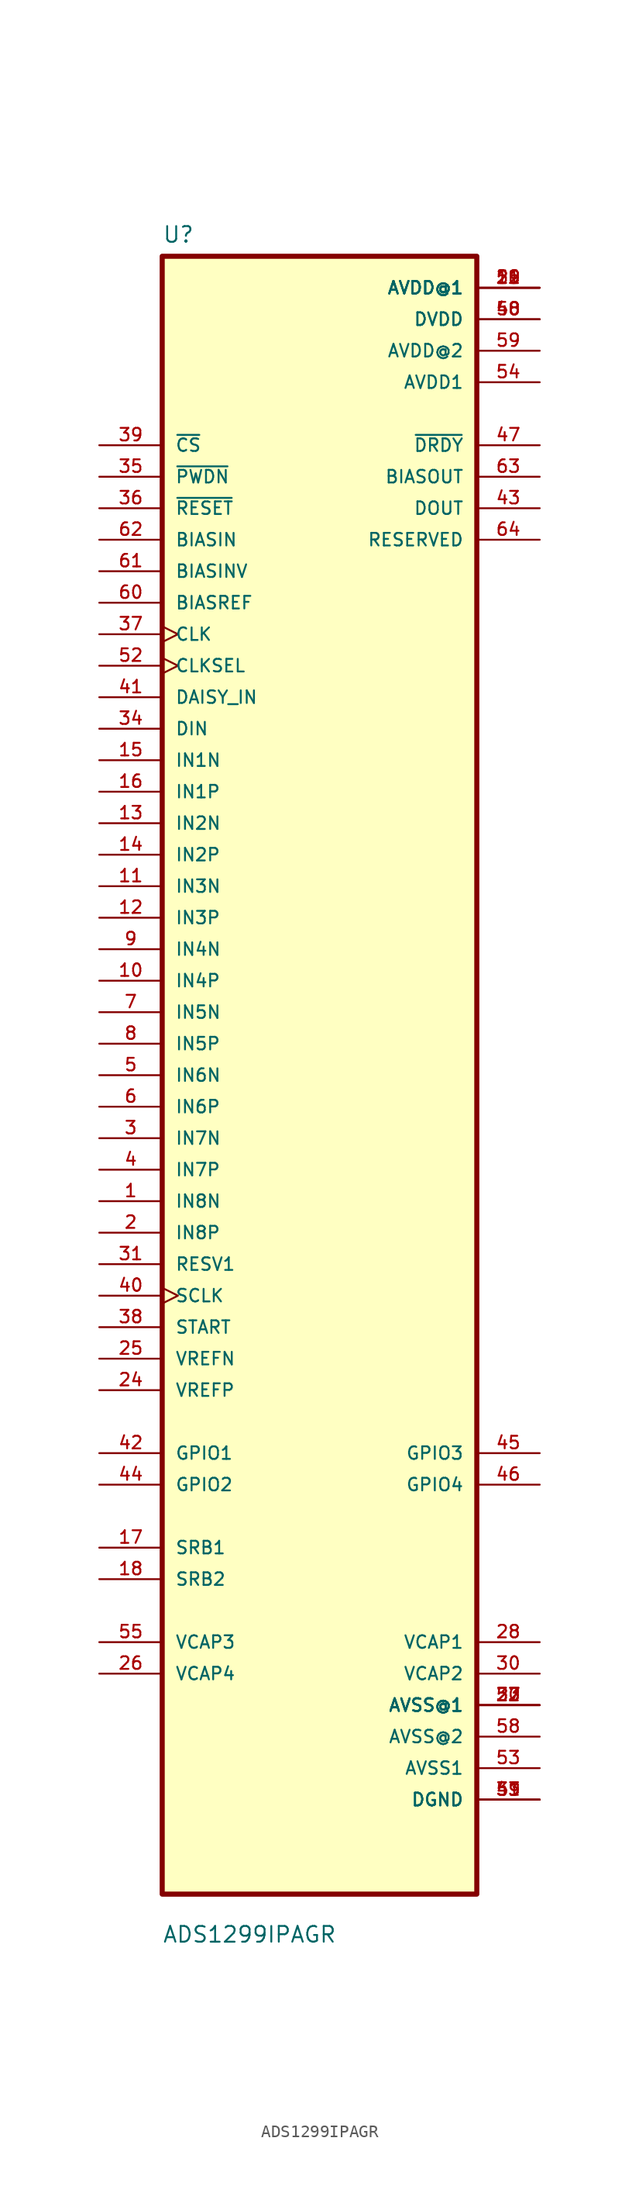
<source format=kicad_sym>
(kicad_symbol_lib
  (version 20220914)
  (generator kicad_symbol_editor)
  (symbol "ADS1299IPAGR"
    (pin_names
      (offset 1.016))
    (property "Reference" "U"
      (at -12.7 67.04 0)
      (effects (font (size 1.27 1.27)) (justify left bottom)))
    (property "Value" "ADS1299IPAGR"
      (at -12.7 -70.04 0)
      (effects (font (size 1.27 1.27)) (justify left bottom)))
    (symbol "ADS1299IPAGR_0_0"
      (rectangle (start -12.7 -66.04) (end 12.7 66.04) (stroke (width 0.41) (type default)) (fill (type background)))
      (pin input line (at -17.78 -10.16 0) (length 5.08) (name "IN8N" (effects (font (size 1.016 1.016)))) (number "1" (effects (font (size 1.016 1.016)))))
      (pin input line (at -17.78 7.62 0) (length 5.08) (name "IN4P" (effects (font (size 1.016 1.016)))) (number "10" (effects (font (size 1.016 1.016)))))
      (pin input line (at -17.78 15.24 0) (length 5.08) (name "IN3N" (effects (font (size 1.016 1.016)))) (number "11" (effects (font (size 1.016 1.016)))))
      (pin input line (at -17.78 12.7 0) (length 5.08) (name "IN3P" (effects (font (size 1.016 1.016)))) (number "12" (effects (font (size 1.016 1.016)))))
      (pin input line (at -17.78 20.32 0) (length 5.08) (name "IN2N" (effects (font (size 1.016 1.016)))) (number "13" (effects (font (size 1.016 1.016)))))
      (pin input line (at -17.78 17.78 0) (length 5.08) (name "IN2P" (effects (font (size 1.016 1.016)))) (number "14" (effects (font (size 1.016 1.016)))))
      (pin input line (at -17.78 25.4 0) (length 5.08) (name "IN1N" (effects (font (size 1.016 1.016)))) (number "15" (effects (font (size 1.016 1.016)))))
      (pin input line (at -17.78 22.86 0) (length 5.08) (name "IN1P" (effects (font (size 1.016 1.016)))) (number "16" (effects (font (size 1.016 1.016)))))
      (pin bidirectional line (at -17.78 -38.1 0) (length 5.08) (name "SRB1" (effects (font (size 1.016 1.016)))) (number "17" (effects (font (size 1.016 1.016)))))
      (pin bidirectional line (at -17.78 -40.64 0) (length 5.08) (name "SRB2" (effects (font (size 1.016 1.016)))) (number "18" (effects (font (size 1.016 1.016)))))
      (pin power_in line (at 17.78 63.5 180) (length 5.08) (name "AVDD@1" (effects (font (size 1.016 1.016)))) (number "19" (effects (font (size 1.016 1.016)))))
      (pin input line (at -17.78 -12.7 0) (length 5.08) (name "IN8P" (effects (font (size 1.016 1.016)))) (number "2" (effects (font (size 1.016 1.016)))))
      (pin power_in line (at 17.78 -50.8 180) (length 5.08) (name "AVSS@1" (effects (font (size 1.016 1.016)))) (number "20" (effects (font (size 1.016 1.016)))))
      (pin power_in line (at 17.78 63.5 180) (length 5.08) (name "AVDD@1" (effects (font (size 1.016 1.016)))) (number "21" (effects (font (size 1.016 1.016)))))
      (pin power_in line (at 17.78 63.5 180) (length 5.08) (name "AVDD@1" (effects (font (size 1.016 1.016)))) (number "22" (effects (font (size 1.016 1.016)))))
      (pin power_in line (at 17.78 -50.8 180) (length 5.08) (name "AVSS@1" (effects (font (size 1.016 1.016)))) (number "23" (effects (font (size 1.016 1.016)))))
      (pin input line (at -17.78 -25.4 0) (length 5.08) (name "VREFP" (effects (font (size 1.016 1.016)))) (number "24" (effects (font (size 1.016 1.016)))))
      (pin input line (at -17.78 -22.86 0) (length 5.08) (name "VREFN" (effects (font (size 1.016 1.016)))) (number "25" (effects (font (size 1.016 1.016)))))
      (pin bidirectional line (at -17.78 -48.26 0) (length 5.08) (name "VCAP4" (effects (font (size 1.016 1.016)))) (number "26" (effects (font (size 1.016 1.016)))))
      (pin output line (at 17.78 -45.72 180) (length 5.08) (name "VCAP1" (effects (font (size 1.016 1.016)))) (number "28" (effects (font (size 1.016 1.016)))))
      (pin input line (at -17.78 -5.08 0) (length 5.08) (name "IN7N" (effects (font (size 1.016 1.016)))) (number "3" (effects (font (size 1.016 1.016)))))
      (pin output line (at 17.78 -48.26 180) (length 5.08) (name "VCAP2" (effects (font (size 1.016 1.016)))) (number "30" (effects (font (size 1.016 1.016)))))
      (pin input line (at -17.78 -15.24 0) (length 5.08) (name "RESV1" (effects (font (size 1.016 1.016)))) (number "31" (effects (font (size 1.016 1.016)))))
      (pin power_in line (at 17.78 -50.8 180) (length 5.08) (name "AVSS@1" (effects (font (size 1.016 1.016)))) (number "32" (effects (font (size 1.016 1.016)))))
      (pin power_in line (at 17.78 -58.42 180) (length 5.08) (name "DGND" (effects (font (size 1.016 1.016)))) (number "33" (effects (font (size 1.016 1.016)))))
      (pin input line (at -17.78 27.94 0) (length 5.08) (name "DIN" (effects (font (size 1.016 1.016)))) (number "34" (effects (font (size 1.016 1.016)))))
      (pin input line (at -17.78 48.26 0) (length 5.08) (name "~{PWDN}" (effects (font (size 1.016 1.016)))) (number "35" (effects (font (size 1.016 1.016)))))
      (pin input line (at -17.78 45.72 0) (length 5.08) (name "~{RESET}" (effects (font (size 1.016 1.016)))) (number "36" (effects (font (size 1.016 1.016)))))
      (pin input clock (at -17.78 35.56 0) (length 5.08) (name "CLK" (effects (font (size 1.016 1.016)))) (number "37" (effects (font (size 1.016 1.016)))))
      (pin input line (at -17.78 -20.32 0) (length 5.08) (name "START" (effects (font (size 1.016 1.016)))) (number "38" (effects (font (size 1.016 1.016)))))
      (pin input line (at -17.78 50.8 0) (length 5.08) (name "~{CS}" (effects (font (size 1.016 1.016)))) (number "39" (effects (font (size 1.016 1.016)))))
      (pin input line (at -17.78 -7.62 0) (length 5.08) (name "IN7P" (effects (font (size 1.016 1.016)))) (number "4" (effects (font (size 1.016 1.016)))))
      (pin input clock (at -17.78 -17.78 0) (length 5.08) (name "SCLK" (effects (font (size 1.016 1.016)))) (number "40" (effects (font (size 1.016 1.016)))))
      (pin input line (at -17.78 30.48 0) (length 5.08) (name "DAISY_IN" (effects (font (size 1.016 1.016)))) (number "41" (effects (font (size 1.016 1.016)))))
      (pin bidirectional line (at -17.78 -30.48 0) (length 5.08) (name "GPIO1" (effects (font (size 1.016 1.016)))) (number "42" (effects (font (size 1.016 1.016)))))
      (pin output line (at 17.78 45.72 180) (length 5.08) (name "DOUT" (effects (font (size 1.016 1.016)))) (number "43" (effects (font (size 1.016 1.016)))))
      (pin bidirectional line (at -17.78 -33.02 0) (length 5.08) (name "GPIO2" (effects (font (size 1.016 1.016)))) (number "44" (effects (font (size 1.016 1.016)))))
      (pin bidirectional line (at 17.78 -30.48 180) (length 5.08) (name "GPIO3" (effects (font (size 1.016 1.016)))) (number "45" (effects (font (size 1.016 1.016)))))
      (pin bidirectional line (at 17.78 -33.02 180) (length 5.08) (name "GPIO4" (effects (font (size 1.016 1.016)))) (number "46" (effects (font (size 1.016 1.016)))))
      (pin output line (at 17.78 50.8 180) (length 5.08) (name "~{DRDY}" (effects (font (size 1.016 1.016)))) (number "47" (effects (font (size 1.016 1.016)))))
      (pin power_in line (at 17.78 60.96 180) (length 5.08) (name "DVDD" (effects (font (size 1.016 1.016)))) (number "48" (effects (font (size 1.016 1.016)))))
      (pin power_in line (at 17.78 -58.42 180) (length 5.08) (name "DGND" (effects (font (size 1.016 1.016)))) (number "49" (effects (font (size 1.016 1.016)))))
      (pin input line (at -17.78 0 0) (length 5.08) (name "IN6N" (effects (font (size 1.016 1.016)))) (number "5" (effects (font (size 1.016 1.016)))))
      (pin power_in line (at 17.78 60.96 180) (length 5.08) (name "DVDD" (effects (font (size 1.016 1.016)))) (number "50" (effects (font (size 1.016 1.016)))))
      (pin power_in line (at 17.78 -58.42 180) (length 5.08) (name "DGND" (effects (font (size 1.016 1.016)))) (number "51" (effects (font (size 1.016 1.016)))))
      (pin input clock (at -17.78 33.02 0) (length 5.08) (name "CLKSEL" (effects (font (size 1.016 1.016)))) (number "52" (effects (font (size 1.016 1.016)))))
      (pin power_in line (at 17.78 -55.88 180) (length 5.08) (name "AVSS1" (effects (font (size 1.016 1.016)))) (number "53" (effects (font (size 1.016 1.016)))))
      (pin power_in line (at 17.78 55.88 180) (length 5.08) (name "AVDD1" (effects (font (size 1.016 1.016)))) (number "54" (effects (font (size 1.016 1.016)))))
      (pin bidirectional line (at -17.78 -45.72 0) (length 5.08) (name "VCAP3" (effects (font (size 1.016 1.016)))) (number "55" (effects (font (size 1.016 1.016)))))
      (pin power_in line (at 17.78 63.5 180) (length 5.08) (name "AVDD@1" (effects (font (size 1.016 1.016)))) (number "56" (effects (font (size 1.016 1.016)))))
      (pin power_in line (at 17.78 -50.8 180) (length 5.08) (name "AVSS@1" (effects (font (size 1.016 1.016)))) (number "57" (effects (font (size 1.016 1.016)))))
      (pin power_in line (at 17.78 -53.34 180) (length 5.08) (name "AVSS@2" (effects (font (size 1.016 1.016)))) (number "58" (effects (font (size 1.016 1.016)))))
      (pin power_in line (at 17.78 58.42 180) (length 5.08) (name "AVDD@2" (effects (font (size 1.016 1.016)))) (number "59" (effects (font (size 1.016 1.016)))))
      (pin input line (at -17.78 -2.54 0) (length 5.08) (name "IN6P" (effects (font (size 1.016 1.016)))) (number "6" (effects (font (size 1.016 1.016)))))
      (pin input line (at -17.78 38.1 0) (length 5.08) (name "BIASREF" (effects (font (size 1.016 1.016)))) (number "60" (effects (font (size 1.016 1.016)))))
      (pin input line (at -17.78 40.64 0) (length 5.08) (name "BIASINV" (effects (font (size 1.016 1.016)))) (number "61" (effects (font (size 1.016 1.016)))))
      (pin input line (at -17.78 43.18 0) (length 5.08) (name "BIASIN" (effects (font (size 1.016 1.016)))) (number "62" (effects (font (size 1.016 1.016)))))
      (pin output line (at 17.78 48.26 180) (length 5.08) (name "BIASOUT" (effects (font (size 1.016 1.016)))) (number "63" (effects (font (size 1.016 1.016)))))
      (pin output line (at 17.78 43.18 180) (length 5.08) (name "RESERVED" (effects (font (size 1.016 1.016)))) (number "64" (effects (font (size 1.016 1.016)))))
      (pin input line (at -17.78 5.08 0) (length 5.08) (name "IN5N" (effects (font (size 1.016 1.016)))) (number "7" (effects (font (size 1.016 1.016)))))
      (pin input line (at -17.78 2.54 0) (length 5.08) (name "IN5P" (effects (font (size 1.016 1.016)))) (number "8" (effects (font (size 1.016 1.016)))))
      (pin input line (at -17.78 10.16 0) (length 5.08) (name "IN4N" (effects (font (size 1.016 1.016)))) (number "9" (effects (font (size 1.016 1.016))))))))
</source>
